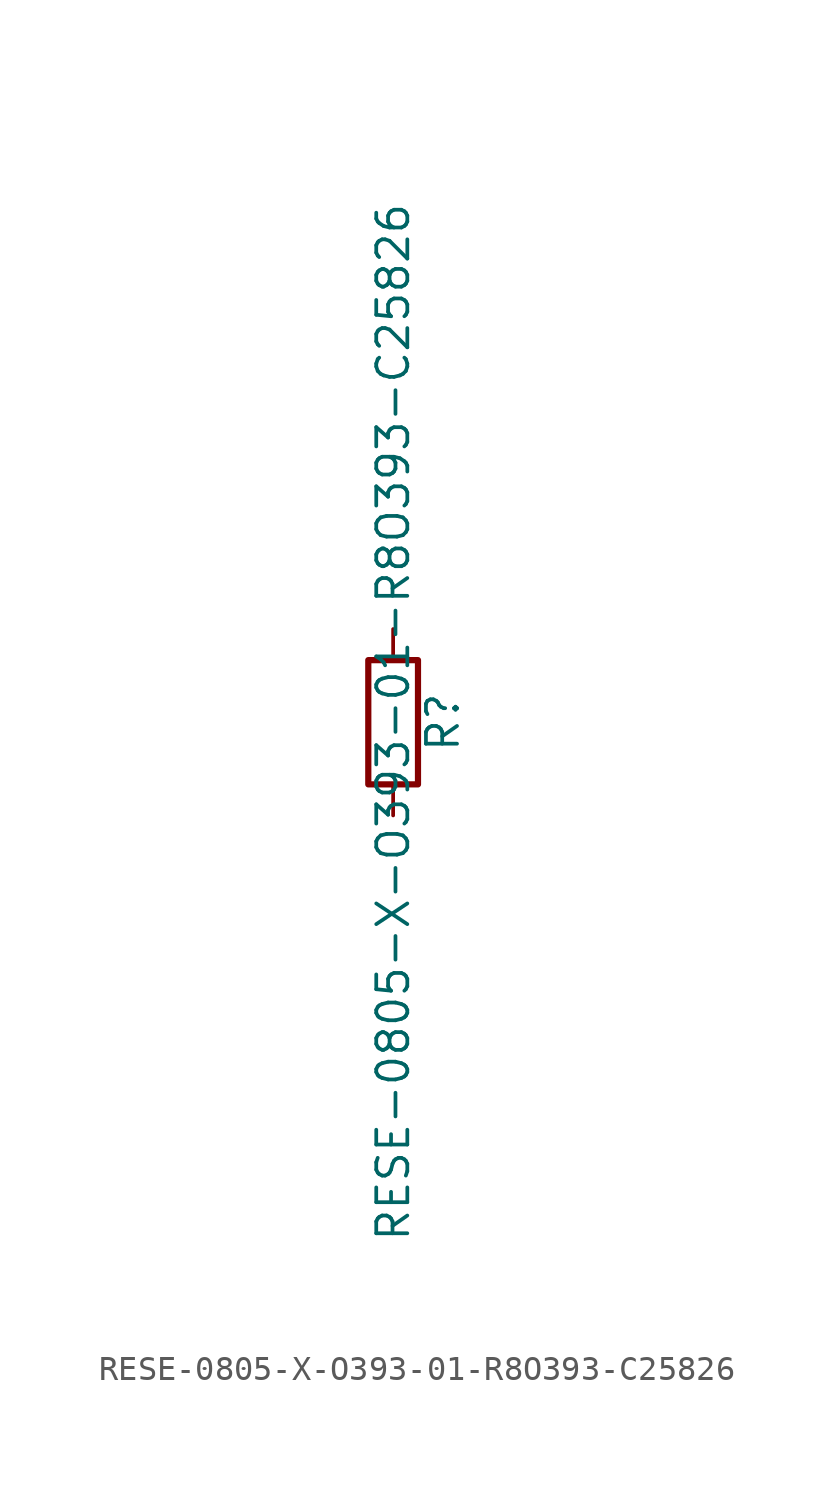
<source format=kicad_sym>
(kicad_symbol_lib
  (version 20211014)
  (generator kicad_symbol_editor)
  (symbol "RESE-0805-X-O393-01-R8O393-C25826"
    (pin_numbers hide)
    (pin_names
      (offset 0))
    (property "Reference" "R"
      (at 2.032 0 90)
      (effects (font (size 1.27 1.27))))
    (property "Value" "RESE-0805-X-O393-01-R8O393-C25826"
      (at 0 0 90)
      (effects (font (size 1.27 1.27))))
    (symbol "RESE-0805-X-O393-01-R8O393-C25826_0_1"
      (rectangle (start -1.016 -2.54) (end 1.016 2.54) (stroke (width 0.254) (type default) (color 0 0 0 0)) (fill (type none))))
    (symbol "RESE-0805-X-O393-01-R8O393-C25826_1_1"
      (pin passive line (at 0 3.81 270) (length 1.27) (name "~" (effects (font (size 1.27 1.27)))) (number "1" (effects (font (size 1.27 1.27)))))
      (pin passive line (at 0 -3.81 90) (length 1.27) (name "~" (effects (font (size 1.27 1.27)))) (number "2" (effects (font (size 1.27 1.27))))))))
</source>
